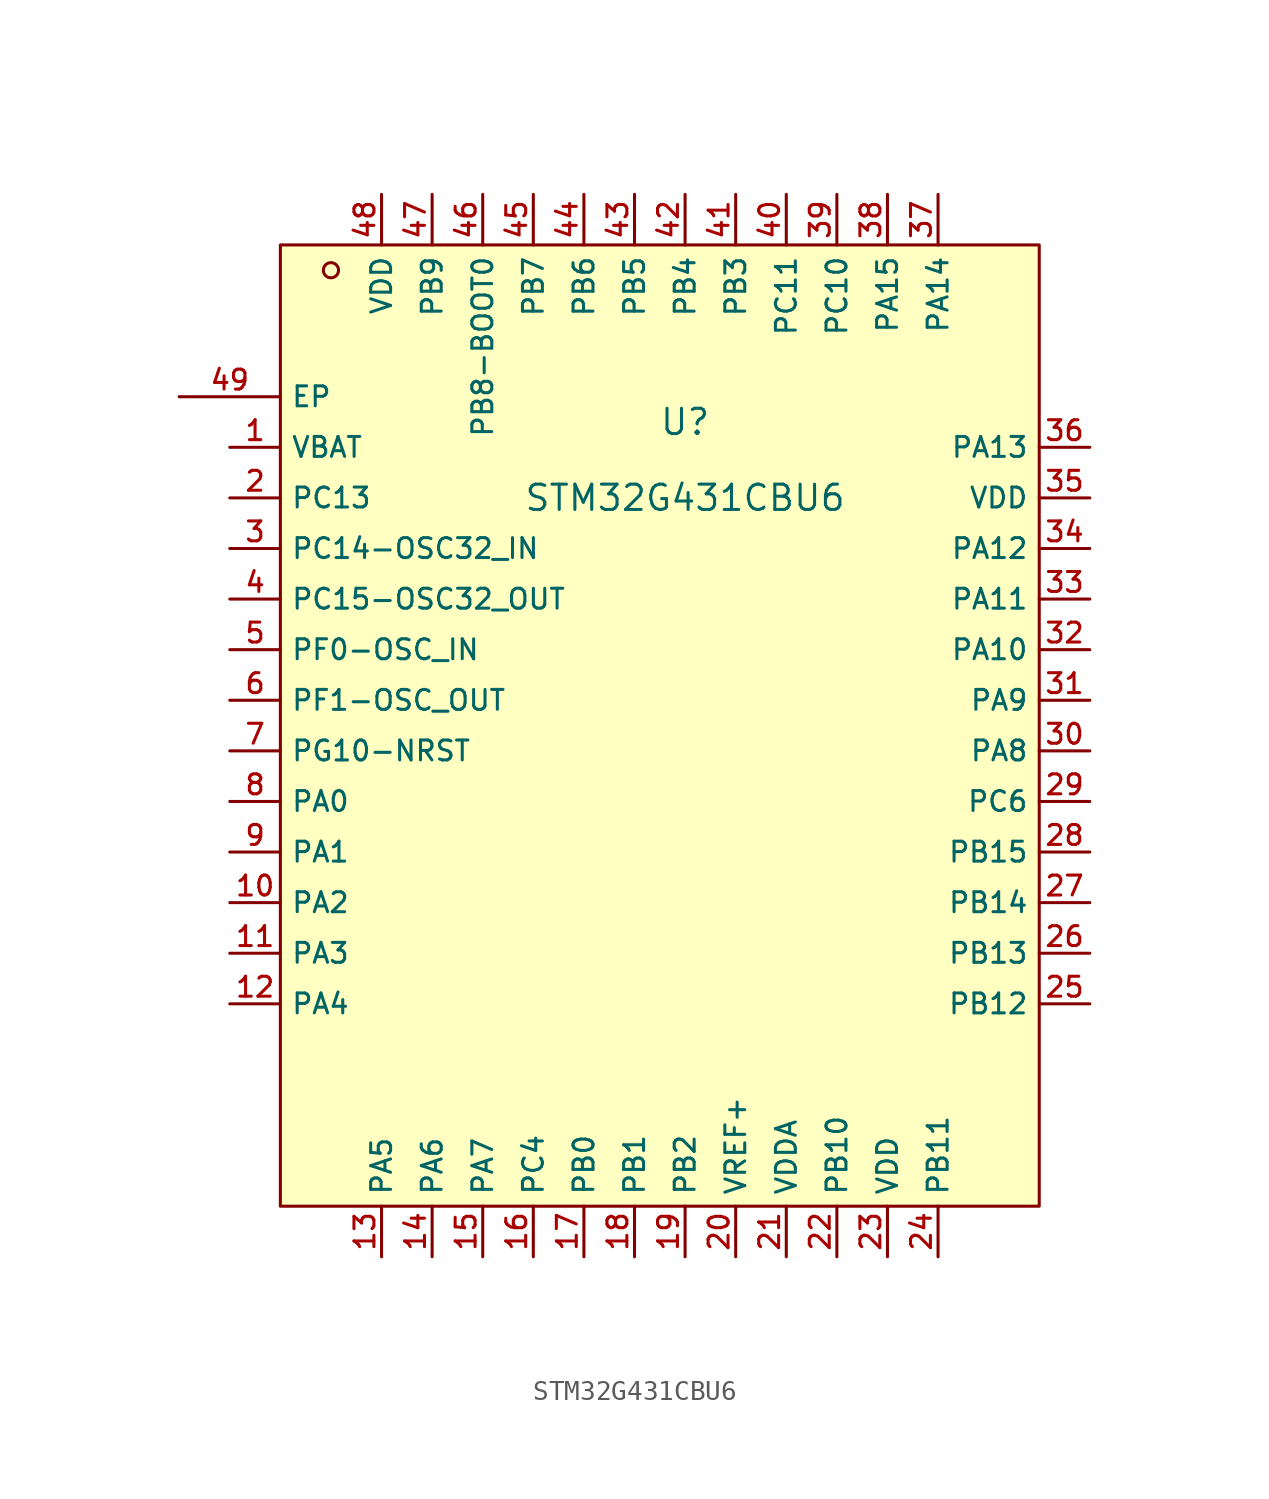
<source format=kicad_sym>
(kicad_symbol_lib
  (version 20220914)
  (generator kicad_symbol_editor)
  (symbol "STM32G431CBU6"
    (property "Reference" "U"
      (at 0 15.24 0)
      (effects (font (size 1.27 1.27))))
    (property "Value" "STM32G431CBU6"
      (at 0 11.43 0)
      (effects (font (size 1.27 1.27))))
    (symbol "STM32G431CBU6_0_1"
      (rectangle (start -20.32 24.13) (end 17.78 -24.13) (stroke (width 0) (type default)) (fill (type background)))
      (circle (center -17.78 22.86) (radius 0.381) (stroke (width 0) (type default)) (fill (type background)))
      (pin power_in line (at -22.86 13.97 0) (length 2.54) (name "VBAT" (effects (font (size 1 1)))) (number "1" (effects (font (size 1 1)))))
      (pin bidirectional line (at -22.86 -8.89 0) (length 2.54) (name "PA2" (effects (font (size 1 1)))) (number "10" (effects (font (size 1 1)))))
      (pin bidirectional line (at -22.86 -11.43 0) (length 2.54) (name "PA3" (effects (font (size 1 1)))) (number "11" (effects (font (size 1 1)))))
      (pin bidirectional line (at -22.86 -13.97 0) (length 2.54) (name "PA4" (effects (font (size 1 1)))) (number "12" (effects (font (size 1 1)))))
      (pin bidirectional line (at -15.24 -26.67 90) (length 2.54) (name "PA5" (effects (font (size 1 1)))) (number "13" (effects (font (size 1 1)))))
      (pin bidirectional line (at -12.7 -26.67 90) (length 2.54) (name "PA6" (effects (font (size 1 1)))) (number "14" (effects (font (size 1 1)))))
      (pin bidirectional line (at -10.16 -26.67 90) (length 2.54) (name "PA7" (effects (font (size 1 1)))) (number "15" (effects (font (size 1 1)))))
      (pin bidirectional line (at -7.62 -26.67 90) (length 2.54) (name "PC4" (effects (font (size 1 1)))) (number "16" (effects (font (size 1 1)))))
      (pin bidirectional line (at -5.08 -26.67 90) (length 2.54) (name "PB0" (effects (font (size 1 1)))) (number "17" (effects (font (size 1 1)))))
      (pin bidirectional line (at -2.54 -26.67 90) (length 2.54) (name "PB1" (effects (font (size 1 1)))) (number "18" (effects (font (size 1 1)))))
      (pin bidirectional line (at 0 -26.67 90) (length 2.54) (name "PB2" (effects (font (size 1 1)))) (number "19" (effects (font (size 1 1)))))
      (pin bidirectional line (at -22.86 11.43 0) (length 2.54) (name "PC13" (effects (font (size 1 1)))) (number "2" (effects (font (size 1 1)))))
      (pin power_in line (at 2.54 -26.67 90) (length 2.54) (name "VREF+" (effects (font (size 1 1)))) (number "20" (effects (font (size 1 1)))))
      (pin power_in line (at 5.08 -26.67 90) (length 2.54) (name "VDDA" (effects (font (size 1 1)))) (number "21" (effects (font (size 1 1)))))
      (pin bidirectional line (at 7.62 -26.67 90) (length 2.54) (name "PB10" (effects (font (size 1 1)))) (number "22" (effects (font (size 1 1)))))
      (pin power_in line (at 10.16 -26.67 90) (length 2.54) (name "VDD" (effects (font (size 1 1)))) (number "23" (effects (font (size 1 1)))))
      (pin bidirectional line (at 12.7 -26.67 90) (length 2.54) (name "PB11" (effects (font (size 1 1)))) (number "24" (effects (font (size 1 1)))))
      (pin bidirectional line (at 20.32 -13.97 180) (length 2.54) (name "PB12" (effects (font (size 1 1)))) (number "25" (effects (font (size 1 1)))))
      (pin bidirectional line (at 20.32 -11.43 180) (length 2.54) (name "PB13" (effects (font (size 1 1)))) (number "26" (effects (font (size 1 1)))))
      (pin bidirectional line (at 20.32 -8.89 180) (length 2.54) (name "PB14" (effects (font (size 1 1)))) (number "27" (effects (font (size 1 1)))))
      (pin bidirectional line (at 20.32 -6.35 180) (length 2.54) (name "PB15" (effects (font (size 1 1)))) (number "28" (effects (font (size 1 1)))))
      (pin bidirectional line (at 20.32 -3.81 180) (length 2.54) (name "PC6" (effects (font (size 1 1)))) (number "29" (effects (font (size 1 1)))))
      (pin bidirectional line (at -22.86 8.89 0) (length 2.54) (name "PC14-OSC32_IN" (effects (font (size 1 1)))) (number "3" (effects (font (size 1 1)))))
      (pin bidirectional line (at 20.32 -1.27 180) (length 2.54) (name "PA8" (effects (font (size 1 1)))) (number "30" (effects (font (size 1 1)))))
      (pin bidirectional line (at 20.32 1.27 180) (length 2.54) (name "PA9" (effects (font (size 1 1)))) (number "31" (effects (font (size 1 1)))))
      (pin bidirectional line (at 20.32 3.81 180) (length 2.54) (name "PA10" (effects (font (size 1 1)))) (number "32" (effects (font (size 1 1)))))
      (pin bidirectional line (at 20.32 6.35 180) (length 2.54) (name "PA11" (effects (font (size 1 1)))) (number "33" (effects (font (size 1 1)))))
      (pin bidirectional line (at 20.32 8.89 180) (length 2.54) (name "PA12" (effects (font (size 1 1)))) (number "34" (effects (font (size 1 1)))))
      (pin power_in line (at 20.32 11.43 180) (length 2.54) (name "VDD" (effects (font (size 1 1)))) (number "35" (effects (font (size 1 1)))))
      (pin bidirectional line (at 20.32 13.97 180) (length 2.54) (name "PA13" (effects (font (size 1 1)))) (number "36" (effects (font (size 1 1)))))
      (pin bidirectional line (at 12.7 26.67 270) (length 2.54) (name "PA14" (effects (font (size 1 1)))) (number "37" (effects (font (size 1 1)))))
      (pin bidirectional line (at 10.16 26.67 270) (length 2.54) (name "PA15" (effects (font (size 1 1)))) (number "38" (effects (font (size 1 1)))))
      (pin bidirectional line (at 7.62 26.67 270) (length 2.54) (name "PC10" (effects (font (size 1 1)))) (number "39" (effects (font (size 1 1)))))
      (pin bidirectional line (at -22.86 6.35 0) (length 2.54) (name "PC15-OSC32_OUT" (effects (font (size 1 1)))) (number "4" (effects (font (size 1 1)))))
      (pin bidirectional line (at 5.08 26.67 270) (length 2.54) (name "PC11" (effects (font (size 1 1)))) (number "40" (effects (font (size 1 1)))))
      (pin bidirectional line (at 2.54 26.67 270) (length 2.54) (name "PB3" (effects (font (size 1 1)))) (number "41" (effects (font (size 1 1)))))
      (pin bidirectional line (at 0 26.67 270) (length 2.54) (name "PB4" (effects (font (size 1 1)))) (number "42" (effects (font (size 1 1)))))
      (pin bidirectional line (at -2.54 26.67 270) (length 2.54) (name "PB5" (effects (font (size 1 1)))) (number "43" (effects (font (size 1 1)))))
      (pin bidirectional line (at -5.08 26.67 270) (length 2.54) (name "PB6" (effects (font (size 1 1)))) (number "44" (effects (font (size 1 1)))))
      (pin bidirectional line (at -7.62 26.67 270) (length 2.54) (name "PB7" (effects (font (size 1 1)))) (number "45" (effects (font (size 1 1)))))
      (pin bidirectional line (at -10.16 26.67 270) (length 2.54) (name "PB8-BOOT0" (effects (font (size 1 1)))) (number "46" (effects (font (size 1 1)))))
      (pin bidirectional line (at -12.7 26.67 270) (length 2.54) (name "PB9" (effects (font (size 1 1)))) (number "47" (effects (font (size 1 1)))))
      (pin power_in line (at -15.24 26.67 270) (length 2.54) (name "VDD" (effects (font (size 1 1)))) (number "48" (effects (font (size 1 1)))))
      (pin power_in line (at -25.4 16.51 0) (length 5.08) (name "EP" (effects (font (size 1 1)))) (number "49" (effects (font (size 1 1)))))
      (pin bidirectional line (at -22.86 3.81 0) (length 2.54) (name "PF0-OSC_IN" (effects (font (size 1 1)))) (number "5" (effects (font (size 1 1)))))
      (pin bidirectional line (at -22.86 1.27 0) (length 2.54) (name "PF1-OSC_OUT" (effects (font (size 1 1)))) (number "6" (effects (font (size 1 1)))))
      (pin bidirectional line (at -22.86 -1.27 0) (length 2.54) (name "PG10-NRST" (effects (font (size 1 1)))) (number "7" (effects (font (size 1 1)))))
      (pin bidirectional line (at -22.86 -3.81 0) (length 2.54) (name "PA0" (effects (font (size 1 1)))) (number "8" (effects (font (size 1 1)))))
      (pin bidirectional line (at -22.86 -6.35 0) (length 2.54) (name "PA1" (effects (font (size 1 1)))) (number "9" (effects (font (size 1 1))))))))
</source>
